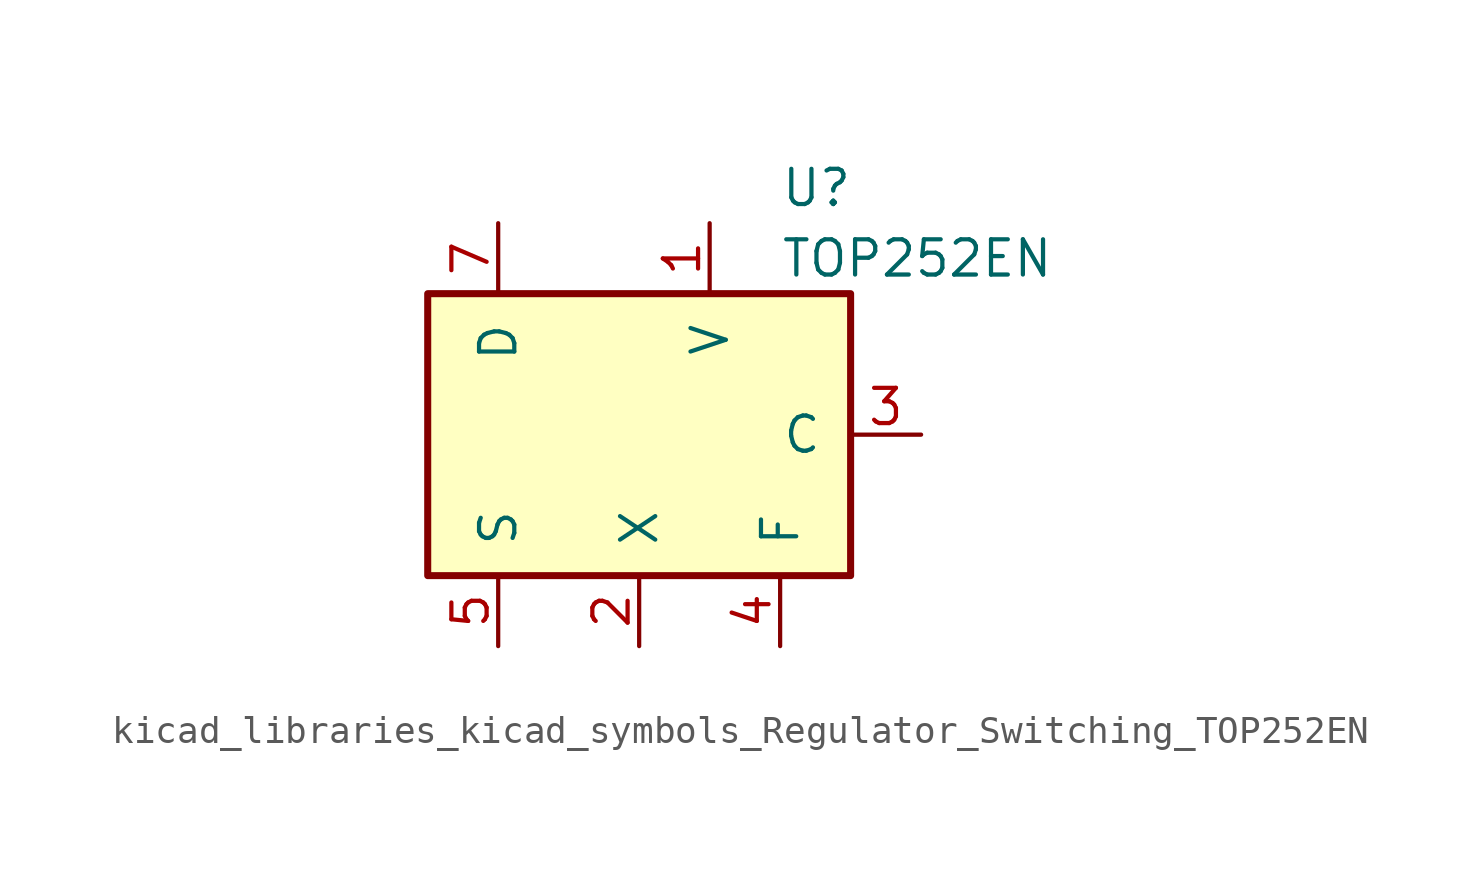
<source format=kicad_sym>
(kicad_symbol_lib
  (version 20220914)
  (generator kicad_symbol_editor)
  (symbol "kicad_libraries_kicad_symbols_Regulator_Switching_TOP252EN"
    (pin_names
      (offset 1.016))
    (property "Reference" "U"
      (at 5.08 8.89 0)
      (effects (font (size 1.27 1.27)) (justify left)))
    (property "Value" "TOP252EN"
      (at 5.08 6.35 0)
      (effects (font (size 1.27 1.27)) (justify left)))
    (symbol "kicad_libraries_kicad_symbols_Regulator_Switching_TOP252EN_0_1"
      (rectangle (start -7.62 5.08) (end 7.62 -5.08) (stroke (width 0.254) (type default)) (fill (type background))))
    (symbol "kicad_libraries_kicad_symbols_Regulator_Switching_TOP252EN_1_1"
      (pin input line (at 2.54 7.62 270) (length 2.54) (name "V" (effects (font (size 1.27 1.27)))) (number "1" (effects (font (size 1.27 1.27)))))
      (pin input line (at 0 -7.62 90) (length 2.54) (name "X" (effects (font (size 1.27 1.27)))) (number "2" (effects (font (size 1.27 1.27)))))
      (pin input line (at 10.16 0 180) (length 2.54) (name "C" (effects (font (size 1.27 1.27)))) (number "3" (effects (font (size 1.27 1.27)))))
      (pin passive line (at 5.08 -7.62 90) (length 2.54) (name "F" (effects (font (size 1.27 1.27)))) (number "4" (effects (font (size 1.27 1.27)))))
      (pin power_in line (at -5.08 -7.62 90) (length 2.54) (name "S" (effects (font (size 1.27 1.27)))) (number "5" (effects (font (size 1.27 1.27)))))
      (pin open_collector line (at -5.08 7.62 270) (length 2.54) (name "D" (effects (font (size 1.27 1.27)))) (number "7" (effects (font (size 1.27 1.27))))))))
</source>
